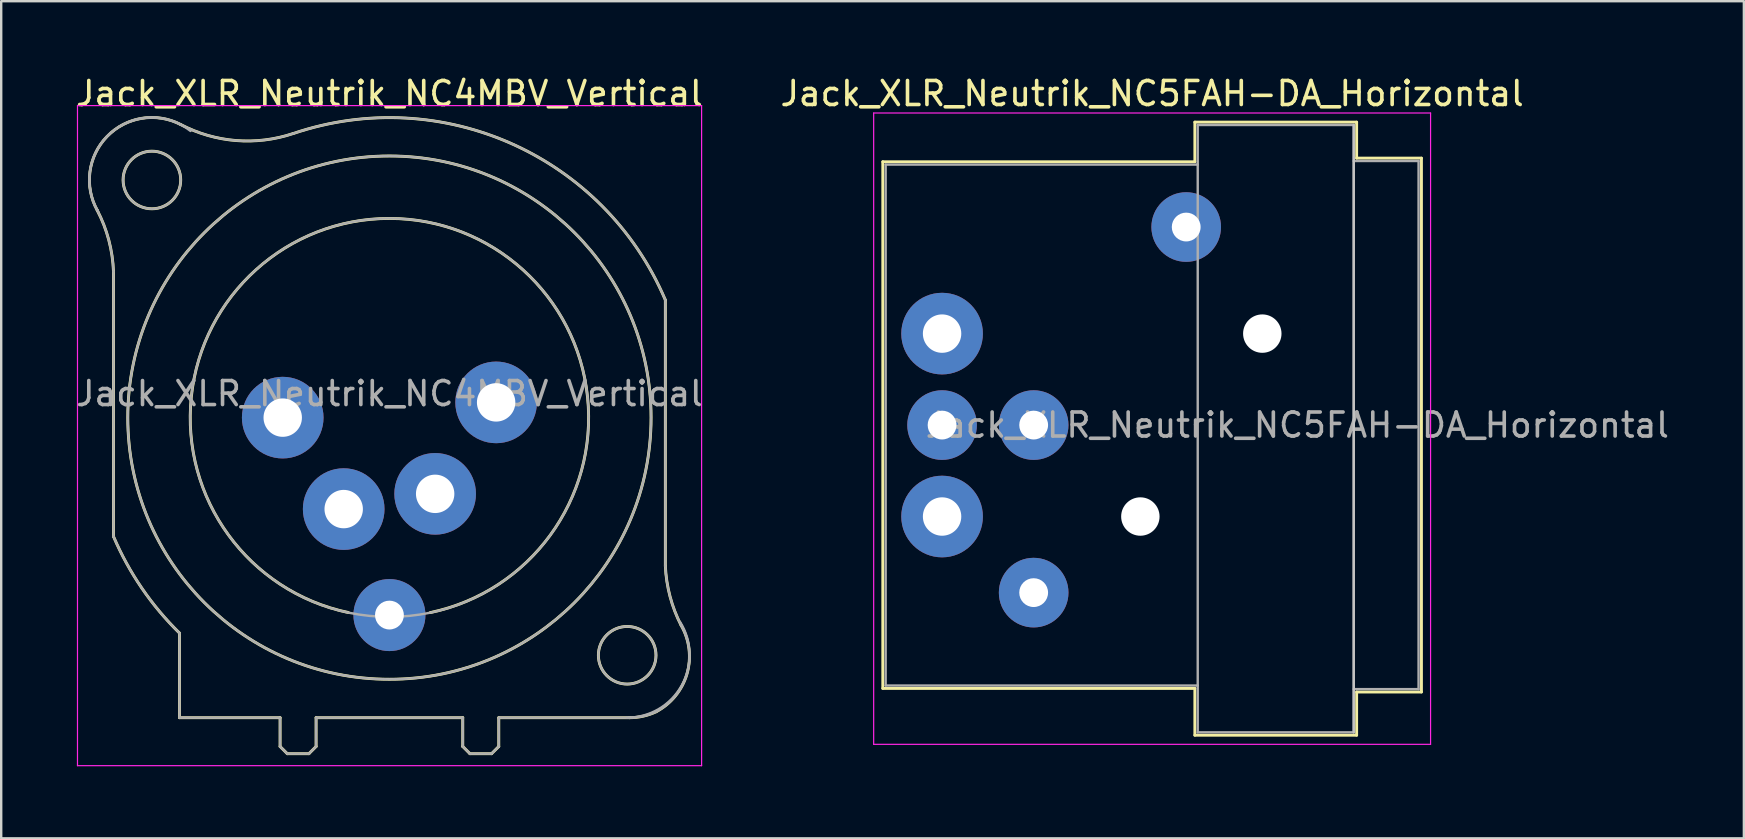
<source format=kicad_pcb>
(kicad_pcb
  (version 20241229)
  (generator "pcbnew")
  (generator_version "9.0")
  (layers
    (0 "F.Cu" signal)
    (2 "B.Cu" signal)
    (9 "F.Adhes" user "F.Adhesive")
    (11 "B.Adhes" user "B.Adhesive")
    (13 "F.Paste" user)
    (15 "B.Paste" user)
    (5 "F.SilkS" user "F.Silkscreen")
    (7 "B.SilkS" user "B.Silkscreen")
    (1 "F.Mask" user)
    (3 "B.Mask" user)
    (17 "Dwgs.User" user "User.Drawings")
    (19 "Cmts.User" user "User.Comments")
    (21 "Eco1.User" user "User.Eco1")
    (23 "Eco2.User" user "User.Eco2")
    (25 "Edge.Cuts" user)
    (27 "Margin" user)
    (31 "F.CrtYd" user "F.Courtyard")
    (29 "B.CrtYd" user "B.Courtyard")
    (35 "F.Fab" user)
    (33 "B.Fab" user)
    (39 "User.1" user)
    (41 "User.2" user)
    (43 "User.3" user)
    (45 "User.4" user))
  (footprint "Jack_XLR_Neutrik_NC5FAH-DA_Horizontal"
    (layer "F.Cu")
    (at 36.196 10.848)
    (property "Reference" "Jack_XLR_Neutrik_NC5FAH-DA_Horizontal" (at 8.75 -10 0) (layer "F.SilkS") (effects (font (size 1 1) (thickness 0.15))))
    (attr through_hole)
    (fp_line (start -2.47 -7.16) (end -2.47 14.78) (stroke (width 0.12) (type solid)) (layer "F.SilkS"))
    (fp_line (start 10.53 -7.16) (end -2.47 -7.16) (stroke (width 0.12) (type solid)) (layer "F.SilkS"))
    (fp_line (start 10.53 -7.16) (end 10.53 -8.81) (stroke (width 0.12) (type solid)) (layer "F.SilkS"))
    (fp_line (start 10.53 14.78) (end -2.47 14.78) (stroke (width 0.12) (type solid)) (layer "F.SilkS"))
    (fp_line (start 10.53 16.73) (end 10.53 14.78) (stroke (width 0.12) (type solid)) (layer "F.SilkS"))
    (fp_line (start 17.27 -8.81) (end 10.53 -8.81) (stroke (width 0.12) (type solid)) (layer "F.SilkS"))
    (fp_line (start 17.27 -8.81) (end 17.27 -7.31) (stroke (width 0.12) (type solid)) (layer "F.SilkS"))
    (fp_line (start 17.27 -7.31) (end 19.97 -7.31) (stroke (width 0.12) (type solid)) (layer "F.SilkS"))
    (fp_line (start 17.27 14.93) (end 17.27 16.73) (stroke (width 0.12) (type solid)) (layer "F.SilkS"))
    (fp_line (start 17.27 14.93) (end 19.97 14.93) (stroke (width 0.12) (type solid)) (layer "F.SilkS"))
    (fp_line (start 17.27 16.73) (end 10.53 16.73) (stroke (width 0.12) (type solid)) (layer "F.SilkS"))
    (fp_line (start 19.97 -7.31) (end 19.97 14.93) (stroke (width 0.12) (type solid)) (layer "F.SilkS"))
    (fp_line (start 17.15 -8.69) (end 17.15 16.61) (stroke (width 0.1) (type solid)) (layer "Dwgs.User"))
    (fp_line (start -2.85 -9.19) (end -2.85 17.11) (stroke (width 0.05) (type solid)) (layer "F.CrtYd"))
    (fp_line (start 20.35 -9.19) (end -2.85 -9.19) (stroke (width 0.05) (type solid)) (layer "F.CrtYd"))
    (fp_line (start 20.35 -9.19) (end 20.35 17.11) (stroke (width 0.05) (type solid)) (layer "F.CrtYd"))
    (fp_line (start 20.35 17.11) (end -2.85 17.11) (stroke (width 0.05) (type solid)) (layer "F.CrtYd"))
    (fp_line (start -2.35 -7.04) (end -2.35 14.66) (stroke (width 0.1) (type solid)) (layer "F.Fab"))
    (fp_line (start -2.35 14.66) (end 10.65 14.66) (stroke (width 0.1) (type solid)) (layer "F.Fab"))
    (fp_line (start 10.65 -8.69) (end 17.15 -8.69) (stroke (width 0.1) (type solid)) (layer "F.Fab"))
    (fp_line (start 10.65 -7.04) (end -2.35 -7.04) (stroke (width 0.1) (type solid)) (layer "F.Fab"))
    (fp_line (start 10.65 16.61) (end 10.65 -8.69) (stroke (width 0.1) (type solid)) (layer "F.Fab"))
    (fp_line (start 17.15 -8.69) (end 17.15 16.61) (stroke (width 0.1) (type solid)) (layer "F.Fab"))
    (fp_line (start 17.15 -7.19) (end 19.85 -7.19) (stroke (width 0.1) (type solid)) (layer "F.Fab"))
    (fp_line (start 17.15 16.61) (end 10.65 16.61) (stroke (width 0.1) (type solid)) (layer "F.Fab"))
    (fp_line (start 19.85 -7.19) (end 19.85 14.81) (stroke (width 0.1) (type solid)) (layer "F.Fab"))
    (fp_line (start 19.85 14.81) (end 17.15 14.81) (stroke (width 0.1) (type solid)) (layer "F.Fab"))
    (fp_text user "${REFERENCE}" (at 14.8 3.81 0) (layer "F.Fab") (effects (font (size 1 1) (thickness 0.15))))
    (pad "" np_thru_hole circle (at 8.26 7.62) (size 1.6 1.6) (drill 1.6) (layers "*.Cu" "*.Mask"))
    (pad "" np_thru_hole circle (at 13.34 0) (size 1.6 1.6) (drill 1.6) (layers "*.Cu" "*.Mask"))
    (pad "1" thru_hole circle (at 0 0) (size 3.4 3.4) (drill 1.6) (layers "*.Cu" "*.Mask"))
    (pad "2" thru_hole circle (at 3.815 3.81) (size 2.9 2.9) (drill 1.2) (layers "*.Cu" "*.Mask"))
    (pad "3" thru_hole circle (at 0 3.81) (size 2.9 2.9) (drill 1.2) (layers "*.Cu" "*.Mask"))
    (pad "4" thru_hole circle (at 3.815 10.79) (size 2.9 2.9) (drill 1.2) (layers "*.Cu" "*.Mask"))
    (pad "5" thru_hole circle (at 0 7.62) (size 3.4 3.4) (drill 1.6) (layers "*.Cu" "*.Mask"))
    (pad "G" thru_hole circle (at 10.17 -4.44) (size 2.9 2.9) (drill 1.2) (layers "*.Cu" "*.Mask")))
  (footprint "Jack_XLR_Neutrik_NC4MBV_Vertical"
    (layer "F.Cu")
    (at 8.728 14.348)
    (property "Reference" "Jack_XLR_Neutrik_NC4MBV_Vertical" (at 4.445 -13.5 0) (layer "F.SilkS") (effects (font (size 1 1) (thickness 0.15))))
    (attr through_hole)
    (fp_line (start -7.05 -6.08) (end -7.05 4.95) (stroke (width 0.12) (type solid)) (layer "F.SilkS"))
    (fp_line (start -4.3 12.5) (end -4.3 8.98) (stroke (width 0.12) (type solid)) (layer "F.SilkS"))
    (fp_line (start -0.11 12.5) (end -4.3 12.5) (stroke (width 0.12) (type solid)) (layer "F.SilkS"))
    (fp_line (start -0.11 12.5) (end -0.11 13.7) (stroke (width 0.12) (type solid)) (layer "F.SilkS"))
    (fp_line (start -0.11 13.7) (end 0.19 14) (stroke (width 0.12) (type solid)) (layer "F.SilkS"))
    (fp_line (start 1.09 14) (end 0.19 14) (stroke (width 0.12) (type solid)) (layer "F.SilkS"))
    (fp_line (start 1.39 12.5) (end 1.39 13.7) (stroke (width 0.12) (type solid)) (layer "F.SilkS"))
    (fp_line (start 1.39 13.7) (end 1.09 14) (stroke (width 0.12) (type solid)) (layer "F.SilkS"))
    (fp_line (start 7.5 12.5) (end 1.39 12.5) (stroke (width 0.12) (type solid)) (layer "F.SilkS"))
    (fp_line (start 7.5 12.5) (end 7.5 13.7) (stroke (width 0.12) (type solid)) (layer "F.SilkS"))
    (fp_line (start 7.5 13.7) (end 7.8 14) (stroke (width 0.12) (type solid)) (layer "F.SilkS"))
    (fp_line (start 7.8 14) (end 8.7 14) (stroke (width 0.12) (type solid)) (layer "F.SilkS"))
    (fp_line (start 9 12.5) (end 9 13.7) (stroke (width 0.12) (type solid)) (layer "F.SilkS"))
    (fp_line (start 9 13.7) (end 8.7 14) (stroke (width 0.12) (type solid)) (layer "F.SilkS"))
    (fp_line (start 14.45 12.5) (end 9 12.5) (stroke (width 0.12) (type solid)) (layer "F.SilkS"))
    (fp_line (start 15.94 6.18) (end 15.94 -4.9) (stroke (width 0.12) (type solid)) (layer "F.SilkS"))
    (fp_arc (start -7.729201 -8.641635) (mid -7.2465 -7.39876) (end -7.05 -6.08) (stroke (width 0.12) (type solid)) (layer "F.SilkS"))
    (fp_arc (start -7.725637 -8.636048) (mid -7.316154 -11.714819) (end -4.25 -12.21) (stroke (width 0.12) (type solid)) (layer "F.SilkS"))
    (fp_arc (start -4.299846 8.975956) (mid -5.873184 7.098411) (end -7.05 4.95) (stroke (width 0.12) (type solid)) (layer "F.SilkS"))
    (fp_arc (start 0.433843 -11.835383) (mid -1.946442 -11.543029) (end -4.25 -12.21) (stroke (width 0.12) (type solid)) (layer "F.SilkS"))
    (fp_arc (start 0.441327 -11.837045) (mid 9.549963 -11.405454) (end 15.94 -4.9) (stroke (width 0.12) (type solid)) (layer "F.SilkS"))
    (fp_arc (start 2.735 8.12) (mid 4.451114 -8.2981) (end 6.143033 8.122511) (stroke (width 0.12) (type solid)) (layer "F.SilkS"))
    (fp_arc (start 15.558668 12.251777) (mid 15.018058 12.437185) (end 14.45 12.5) (stroke (width 0.12) (type solid)) (layer "F.SilkS"))
    (fp_arc (start 16.596979 8.653179) (mid 16.135244 7.451985) (end 15.94 6.18) (stroke (width 0.12) (type solid)) (layer "F.SilkS"))
    (fp_arc (start 16.598286 8.654414) (mid 16.841335 10.672303) (end 15.56 12.25) (stroke (width 0.12) (type solid)) (layer "F.SilkS"))
    (fp_circle (center -5.45 -9.9) (end -4.25 -9.9) (stroke (width 0.12) (type solid)) (fill no) (layer "F.SilkS"))
    (fp_circle (center 4.445 0) (end 15.345 0) (stroke (width 0.12) (type solid)) (fill no) (layer "F.SilkS"))
    (fp_circle (center 14.35 9.9) (end 15.55 9.9) (stroke (width 0.12) (type solid)) (fill no) (layer "F.SilkS"))
    (fp_line (start -8.55 -13) (end 17.45 -13) (stroke (width 0.05) (type solid)) (layer "F.CrtYd"))
    (fp_line (start -8.55 14.5) (end -8.55 -13) (stroke (width 0.05) (type solid)) (layer "F.CrtYd"))
    (fp_line (start 17.45 -13) (end 17.45 14.5) (stroke (width 0.05) (type solid)) (layer "F.CrtYd"))
    (fp_line (start 17.45 14.5) (end -8.55 14.5) (stroke (width 0.05) (type solid)) (layer "F.CrtYd"))
    (fp_line (start -7.05 -6.08) (end -7.05 4.95) (stroke (width 0.1) (type solid)) (layer "F.Fab"))
    (fp_line (start -4.3 12.5) (end -4.3 8.98) (stroke (width 0.1) (type solid)) (layer "F.Fab"))
    (fp_line (start -0.11 12.5) (end -4.3 12.5) (stroke (width 0.1) (type solid)) (layer "F.Fab"))
    (fp_line (start -0.11 12.5) (end -0.11 13.7) (stroke (width 0.1) (type solid)) (layer "F.Fab"))
    (fp_line (start -0.11 13.7) (end 0.19 14) (stroke (width 0.1) (type solid)) (layer "F.Fab"))
    (fp_line (start 1.09 14) (end 0.19 14) (stroke (width 0.1) (type solid)) (layer "F.Fab"))
    (fp_line (start 1.39 12.5) (end 1.39 13.7) (stroke (width 0.1) (type solid)) (layer "F.Fab"))
    (fp_line (start 1.39 13.7) (end 1.09 14) (stroke (width 0.1) (type solid)) (layer "F.Fab"))
    (fp_line (start 7.5 12.5) (end 1.39 12.5) (stroke (width 0.1) (type solid)) (layer "F.Fab"))
    (fp_line (start 7.5 12.5) (end 7.5 13.7) (stroke (width 0.1) (type solid)) (layer "F.Fab"))
    (fp_line (start 7.5 13.7) (end 7.8 14) (stroke (width 0.1) (type solid)) (layer "F.Fab"))
    (fp_line (start 7.8 14) (end 8.7 14) (stroke (width 0.1) (type solid)) (layer "F.Fab"))
    (fp_line (start 9 12.5) (end 9 13.7) (stroke (width 0.1) (type solid)) (layer "F.Fab"))
    (fp_line (start 9 13.7) (end 8.7 14) (stroke (width 0.1) (type solid)) (layer "F.Fab"))
    (fp_line (start 14.45 12.5) (end 9 12.5) (stroke (width 0.1) (type solid)) (layer "F.Fab"))
    (fp_line (start 15.94 6.18) (end 15.94 -4.9) (stroke (width 0.1) (type solid)) (layer "F.Fab"))
    (fp_arc (start -7.729201 -8.641635) (mid -7.2465 -7.39876) (end -7.05 -6.08) (stroke (width 0.1) (type solid)) (layer "F.Fab"))
    (fp_arc (start -7.725637 -8.636048) (mid -7.316154 -11.714819) (end -4.25 -12.21) (stroke (width 0.1) (type solid)) (layer "F.Fab"))
    (fp_arc (start -7.685 -8.57) (mid -7.168921 -11.858868) (end -3.840849 -11.942067) (stroke (width 0.1) (type solid)) (layer "F.Fab"))
    (fp_arc (start -4.299846 8.975956) (mid -5.873184 7.098411) (end -7.05 4.95) (stroke (width 0.1) (type solid)) (layer "F.Fab"))
    (fp_arc (start 0.433843 -11.835383) (mid -1.946442 -11.543029) (end -4.25 -12.21) (stroke (width 0.1) (type solid)) (layer "F.Fab"))
    (fp_arc (start 0.441327 -11.837045) (mid 9.549963 -11.405454) (end 15.94 -4.9) (stroke (width 0.1) (type solid)) (layer "F.Fab"))
    (fp_arc (start 15.558668 12.251777) (mid 15.018058 12.437185) (end 14.45 12.5) (stroke (width 0.1) (type solid)) (layer "F.Fab"))
    (fp_arc (start 16.555 8.516) (mid 16.62253 11.159357) (end 14.343337 12.499945) (stroke (width 0.1) (type solid)) (layer "F.Fab"))
    (fp_arc (start 16.596979 8.653179) (mid 16.135244 7.451985) (end 15.94 6.18) (stroke (width 0.1) (type solid)) (layer "F.Fab"))
    (fp_arc (start 16.598286 8.654414) (mid 16.841335 10.672303) (end 15.56 12.25) (stroke (width 0.1) (type solid)) (layer "F.Fab"))
    (fp_circle (center -5.45 -9.9) (end -4.25 -9.9) (stroke (width 0.1) (type solid)) (fill no) (layer "F.Fab"))
    (fp_circle (center 4.445 0) (end 12.745 0) (stroke (width 0.1) (type solid)) (fill no) (layer "F.Fab"))
    (fp_circle (center 4.445 0) (end 15.345 0) (stroke (width 0.1) (type solid)) (fill no) (layer "F.Fab"))
    (fp_circle (center 14.35 9.9) (end 15.55 9.9) (stroke (width 0.1) (type solid)) (fill no) (layer "F.Fab"))
    (fp_text user "${REFERENCE}" (at 4.445 -1 0) (layer "F.Fab") (effects (font (size 1 1) (thickness 0.15))))
    (pad "1" thru_hole circle (at 0 0) (size 3.4 3.4) (drill 1.6) (layers "*.Cu" "*.Mask"))
    (pad "2" thru_hole circle (at 2.54 3.81) (size 3.4 3.4) (drill 1.6) (layers "*.Cu" "*.Mask"))
    (pad "3" thru_hole circle (at 6.35 3.175) (size 3.4 3.4) (drill 1.6) (layers "*.Cu" "*.Mask"))
    (pad "4" thru_hole circle (at 8.89 -0.635) (size 3.4 3.4) (drill 1.6) (layers "*.Cu" "*.Mask"))
    (pad "G" thru_hole circle (at 4.445 8.225) (size 3 3) (drill 1.2) (layers "*.Cu" "*.Mask")))
  (gr_rect
    (start -3 -3)
    (end 69.598 31.873)
    (stroke (width 0.1) (type default))
    (fill no)
    (layer "Edge.Cuts")))
</source>
